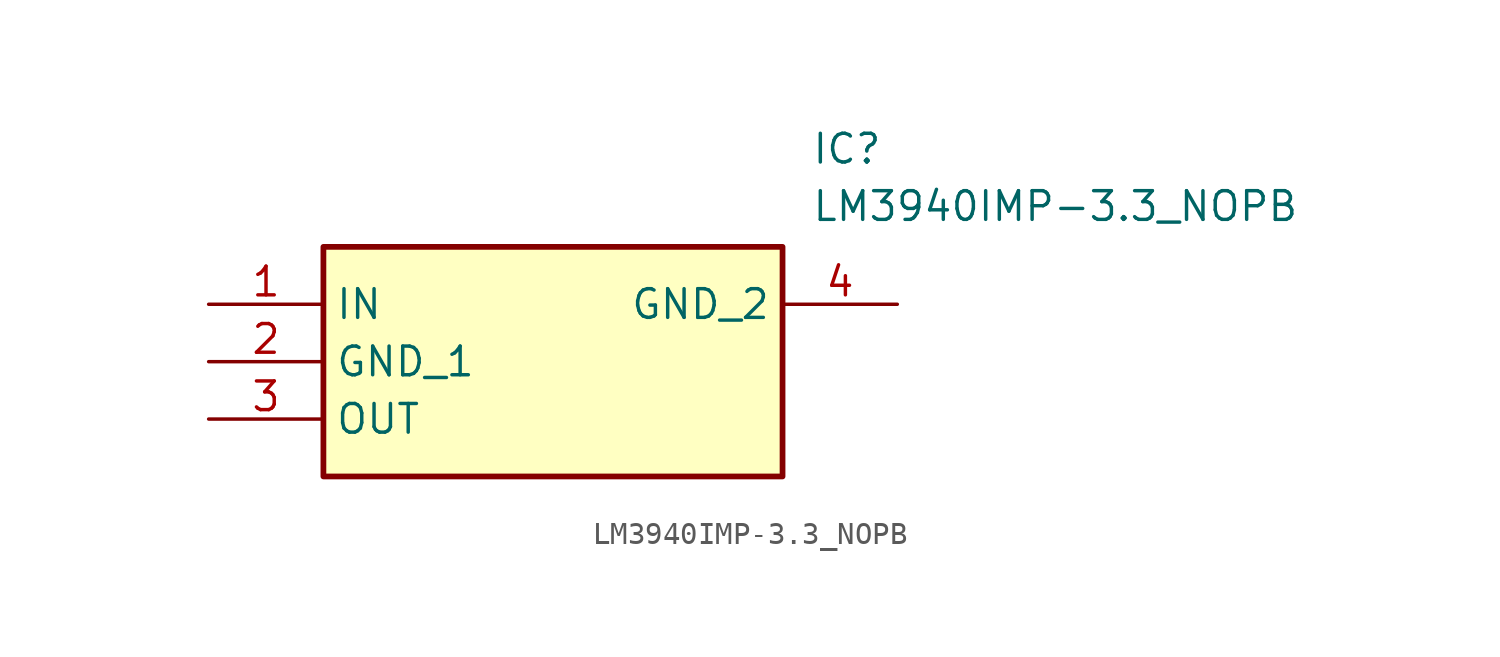
<source format=kicad_sym>
(kicad_symbol_lib
  (version 20211014)
  (generator SamacSys_ECAD_Model)
  (symbol "LM3940IMP-3.3_NOPB"
    (property "Reference" "IC"
      (at 26.67 7.62 0)
      (effects (font (size 1.27 1.27)) (justify left top)))
    (property "Value" "LM3940IMP-3.3_NOPB"
      (at 26.67 5.08 0)
      (effects (font (size 1.27 1.27)) (justify left top)))
    (rectangle
      (start 5.08 2.54)
      (end 25.4 -7.62)
      (stroke (width 0.254) (type default))
      (fill (type background)))
    (pin passive line
      (at 0 0 0)
      (length 5.08)
      (name "IN" (effects (font (size 1.27 1.27))))
      (number "1" (effects (font (size 1.27 1.27)))))
    (pin passive line
      (at 0 -2.54 0)
      (length 5.08)
      (name "GND_1" (effects (font (size 1.27 1.27))))
      (number "2" (effects (font (size 1.27 1.27)))))
    (pin passive line
      (at 0 -5.08 0)
      (length 5.08)
      (name "OUT" (effects (font (size 1.27 1.27))))
      (number "3" (effects (font (size 1.27 1.27)))))
    (pin passive line
      (at 30.48 0 180)
      (length 5.08)
      (name "GND_2" (effects (font (size 1.27 1.27))))
      (number "4" (effects (font (size 1.27 1.27)))))))
</source>
